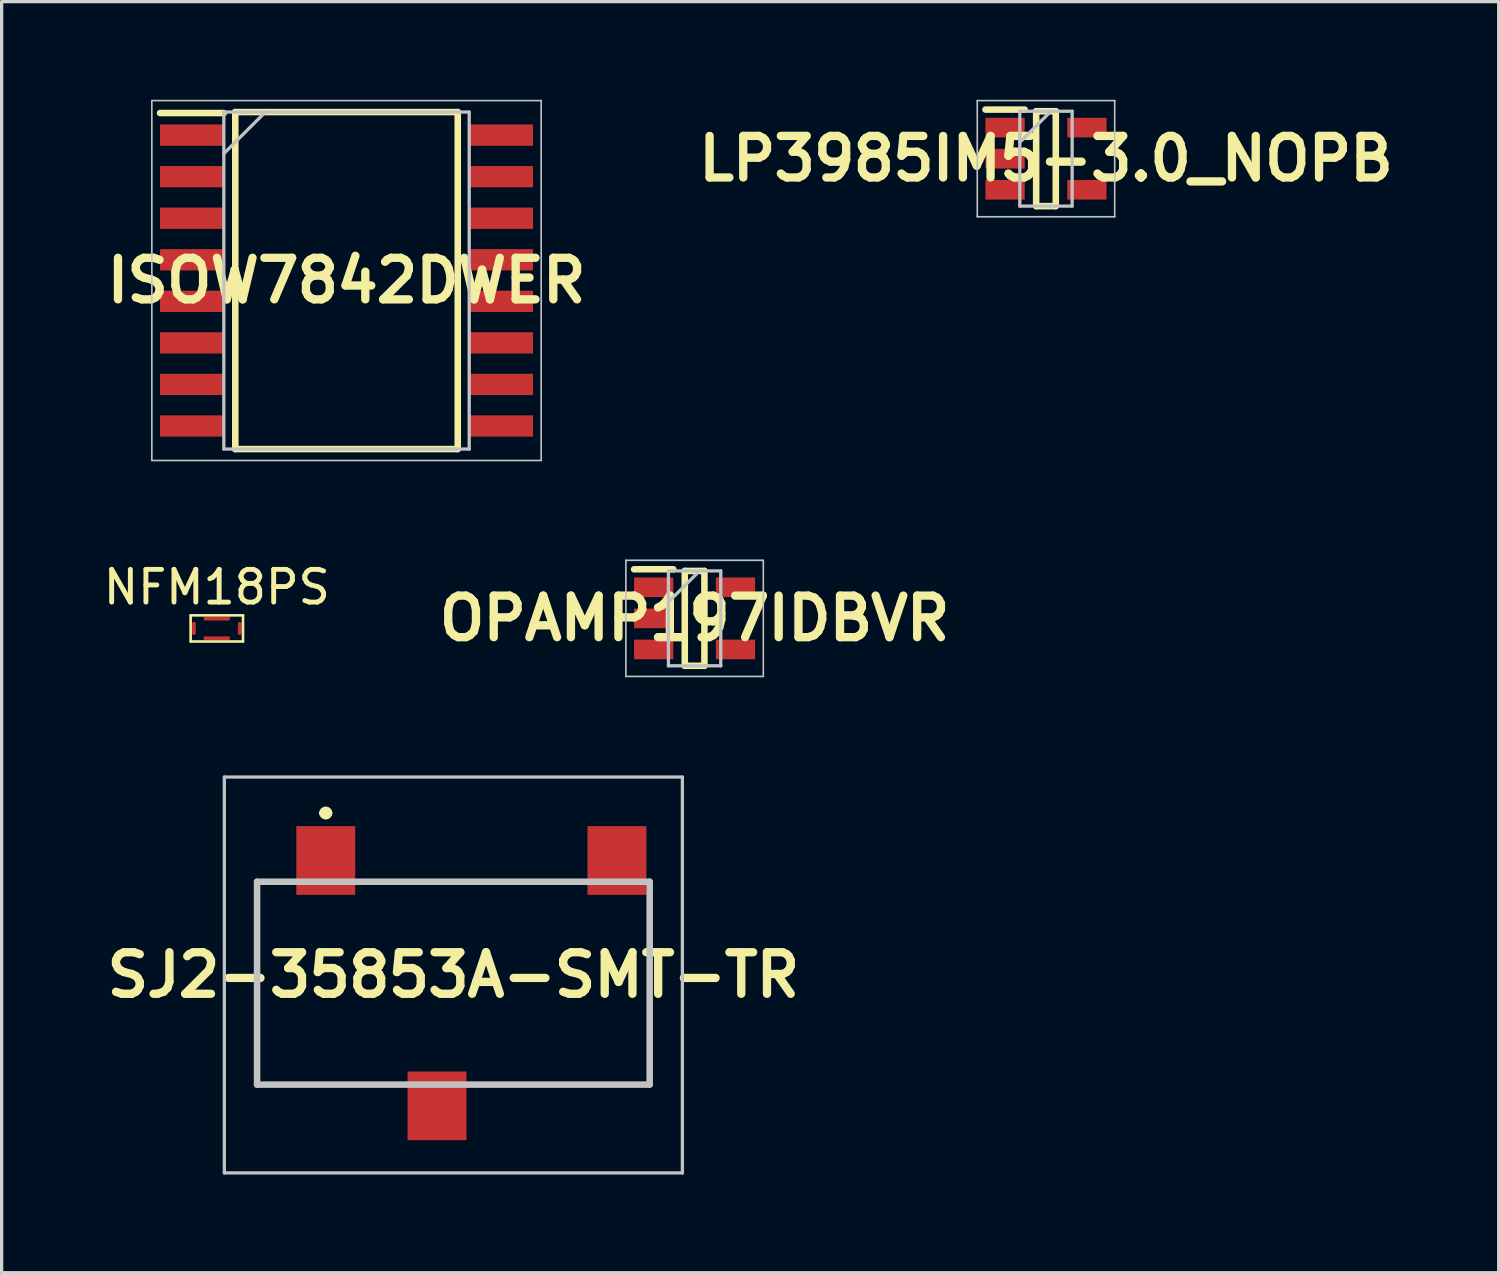
<source format=kicad_pcb>
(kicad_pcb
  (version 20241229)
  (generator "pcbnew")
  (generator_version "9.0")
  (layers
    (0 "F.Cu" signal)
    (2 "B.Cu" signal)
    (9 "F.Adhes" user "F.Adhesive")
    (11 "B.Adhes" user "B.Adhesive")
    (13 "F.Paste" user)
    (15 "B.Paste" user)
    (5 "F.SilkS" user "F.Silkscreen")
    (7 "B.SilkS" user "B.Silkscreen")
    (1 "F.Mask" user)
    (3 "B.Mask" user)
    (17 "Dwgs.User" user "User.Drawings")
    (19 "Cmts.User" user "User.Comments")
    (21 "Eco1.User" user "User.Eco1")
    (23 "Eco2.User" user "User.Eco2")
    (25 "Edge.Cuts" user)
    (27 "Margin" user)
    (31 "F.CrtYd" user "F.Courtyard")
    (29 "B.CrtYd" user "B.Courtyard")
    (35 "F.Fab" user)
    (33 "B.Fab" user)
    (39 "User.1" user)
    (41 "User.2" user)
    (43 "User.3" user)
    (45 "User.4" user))
  (footprint "OPAMP197IDBVR"
    (layer "F.Cu")
    (at 18.18 15.85)
    (property "Reference" "OPAMP197IDBVR" (at 0 0 0) (layer "F.SilkS") (effects (font (size 1.27 1.27) (thickness 0.254))))
    (attr smd)
    (fp_line (start -1.85 -1.5) (end -0.65 -1.5) (stroke (width 0.2) (type solid)) (layer "F.SilkS"))
    (fp_line (start -0.3 -1.45) (end 0.3 -1.45) (stroke (width 0.2) (type solid)) (layer "F.SilkS"))
    (fp_line (start -0.3 1.45) (end -0.3 -1.45) (stroke (width 0.2) (type solid)) (layer "F.SilkS"))
    (fp_line (start 0.3 -1.45) (end 0.3 1.45) (stroke (width 0.2) (type solid)) (layer "F.SilkS"))
    (fp_line (start 0.3 1.45) (end -0.3 1.45) (stroke (width 0.2) (type solid)) (layer "F.SilkS"))
    (fp_line (start -2.1 -1.775) (end 2.1 -1.775) (stroke (width 0.05) (type solid)) (layer "Dwgs.User"))
    (fp_line (start -2.1 1.775) (end -2.1 -1.775) (stroke (width 0.05) (type solid)) (layer "Dwgs.User"))
    (fp_line (start -0.8 -1.45) (end 0.8 -1.45) (stroke (width 0.1) (type solid)) (layer "Dwgs.User"))
    (fp_line (start -0.8 -0.5) (end 0.15 -1.45) (stroke (width 0.1) (type solid)) (layer "Dwgs.User"))
    (fp_line (start -0.8 1.45) (end -0.8 -1.45) (stroke (width 0.1) (type solid)) (layer "Dwgs.User"))
    (fp_line (start 0.8 -1.45) (end 0.8 1.45) (stroke (width 0.1) (type solid)) (layer "Dwgs.User"))
    (fp_line (start 0.8 1.45) (end -0.8 1.45) (stroke (width 0.1) (type solid)) (layer "Dwgs.User"))
    (fp_line (start 2.1 -1.775) (end 2.1 1.775) (stroke (width 0.05) (type solid)) (layer "Dwgs.User"))
    (fp_line (start 2.1 1.775) (end -2.1 1.775) (stroke (width 0.05) (type solid)) (layer "Dwgs.User"))
    (pad "1" smd rect (at -1.25 -0.95 90) (size 0.6 1.2) (layers "F.Cu" "F.Paste"))
    (pad "2" smd rect (at -1.25 0 90) (size 0.6 1.2) (layers "F.Cu" "F.Paste"))
    (pad "3" smd rect (at -1.25 0.95 90) (size 0.6 1.2) (layers "F.Cu" "F.Paste"))
    (pad "4" smd rect (at 1.25 0.95 90) (size 0.6 1.2) (layers "F.Cu" "F.Paste"))
    (pad "5" smd rect (at 1.25 -0.95 90) (size 0.6 1.2) (layers "F.Cu" "F.Paste")))
  (footprint "NFM18PS"
    (layer "F.Cu")
    (at 3.577 16.158)
    (property "Reference" "NFM18PS" (at 0 -1.26 0) (layer "F.SilkS") (effects (font (size 1 1) (thickness 0.15))))
    (attr through_hole)
    (fp_line (start -0.8 -0.4) (end 0.8 -0.4) (stroke (width 0.08) (type solid)) (layer "F.SilkS"))
    (fp_line (start -0.8 0.4) (end -0.8 -0.4) (stroke (width 0.08) (type solid)) (layer "F.SilkS"))
    (fp_line (start -0.8 0.4) (end 0.8 0.4) (stroke (width 0.08) (type solid)) (layer "F.SilkS"))
    (fp_line (start 0.8 0.4) (end 0.8 -0.4) (stroke (width 0.08) (type solid)) (layer "F.SilkS"))
    (pad "1" smd roundrect (at 0 0.3) (size 0.8 0.115) (layers "F.Cu" "F.Mask" "F.Paste") (roundrect_rratio 0.25))
    (pad "2" smd roundrect (at 0 -0.3) (size 0.8 0.115) (layers "F.Cu" "F.Mask" "F.Paste") (roundrect_rratio 0.25))
    (pad "3" smd oval (at 0.7 0 90) (size 0.4 0.115) (layers "F.Cu" "F.Mask" "F.Paste"))
    (pad "4" smd oval (at -0.7 0 90) (size 0.4 0.115) (layers "F.Cu" "F.Mask" "F.Paste")))
  (footprint "SJ2-35853A-SMT-TR"
    (layer "F.Cu")
    (at 10.807 26.75)
    (property "Reference" "SJ2-35853A-SMT-TR" (at 0 0 0) (layer "F.SilkS") (effects (font (size 1.27 1.27) (thickness 0.254))))
    (attr through_hole)
    (fp_line (start -6 -2.85) (end -6 3.35) (stroke (width 0.1) (type solid)) (layer "F.SilkS"))
    (fp_line (start -6 3.35) (end -2 3.35) (stroke (width 0.1) (type solid)) (layer "F.SilkS"))
    (fp_line (start -5.3 -2.85) (end -6 -2.85) (stroke (width 0.1) (type solid)) (layer "F.SilkS"))
    (fp_line (start -4 -4.95) (end -4 -4.95) (stroke (width 0.2) (type solid)) (layer "F.SilkS"))
    (fp_line (start -3.8 -4.95) (end -3.8 -4.95) (stroke (width 0.2) (type solid)) (layer "F.SilkS"))
    (fp_line (start -2.5 -2.85) (end 3.5 -2.85) (stroke (width 0.1) (type solid)) (layer "F.SilkS"))
    (fp_line (start 1 3.35) (end 5.89 3.34) (stroke (width 0.1) (type solid)) (layer "F.SilkS"))
    (fp_line (start 6 -1.75) (end 6 3.17) (stroke (width 0.1) (type solid)) (layer "F.SilkS"))
    (fp_arc (start -4 -4.95) (mid -3.9 -5.05) (end -3.8 -4.95) (stroke (width 0.2) (type solid)) (layer "F.SilkS"))
    (fp_arc (start -3.8 -4.95) (mid -3.9 -4.85) (end -4 -4.95) (stroke (width 0.2) (type solid)) (layer "F.SilkS"))
    (fp_line (start -7 -6.05) (end 7 -6.05) (stroke (width 0.1) (type solid)) (layer "Dwgs.User"))
    (fp_line (start -7 6.05) (end -7 -6.05) (stroke (width 0.1) (type solid)) (layer "Dwgs.User"))
    (fp_line (start -6 -2.85) (end 6 -2.85) (stroke (width 0.2) (type solid)) (layer "Dwgs.User"))
    (fp_line (start -6 3.35) (end -6 -2.85) (stroke (width 0.2) (type solid)) (layer "Dwgs.User"))
    (fp_line (start 6 -2.85) (end 6 3.35) (stroke (width 0.2) (type solid)) (layer "Dwgs.User"))
    (fp_line (start 6 3.35) (end -6 3.35) (stroke (width 0.2) (type solid)) (layer "Dwgs.User"))
    (fp_line (start 7 -6.05) (end 7 6.05) (stroke (width 0.1) (type solid)) (layer "Dwgs.User"))
    (fp_line (start 7 6.05) (end -7 6.05) (stroke (width 0.1) (type solid)) (layer "Dwgs.User"))
    (pad "" np_thru_hole circle (at 4.5 0.25) (size 0.001 0.001) (drill 1.4) (layers "*.Cu" "*.Mask"))
    (pad "1" smd rect (at -3.9 -3.5) (size 1.8 2.1) (layers "F.Cu" "F.Paste"))
    (pad "2" smd rect (at 5 -3.5) (size 1.8 2.1) (layers "F.Cu" "F.Paste"))
    (pad "3" smd rect (at -0.5 4) (size 1.8 2.1) (layers "F.Cu" "F.Paste")))
  (footprint "LP3985IM5-3.0_NOPB"
    (layer "F.Cu")
    (at 28.92 1.8)
    (property "Reference" "LP3985IM5-3.0_NOPB" (at 0 0 0) (layer "F.SilkS") (effects (font (size 1.27 1.27) (thickness 0.254))))
    (attr smd)
    (fp_line (start -1.85 -1.5) (end -0.65 -1.5) (stroke (width 0.2) (type solid)) (layer "F.SilkS"))
    (fp_line (start -0.3 -1.45) (end 0.3 -1.45) (stroke (width 0.2) (type solid)) (layer "F.SilkS"))
    (fp_line (start -0.3 1.45) (end -0.3 -1.45) (stroke (width 0.2) (type solid)) (layer "F.SilkS"))
    (fp_line (start 0.3 -1.45) (end 0.3 1.45) (stroke (width 0.2) (type solid)) (layer "F.SilkS"))
    (fp_line (start 0.3 1.45) (end -0.3 1.45) (stroke (width 0.2) (type solid)) (layer "F.SilkS"))
    (fp_line (start -2.1 -1.775) (end 2.1 -1.775) (stroke (width 0.05) (type solid)) (layer "Dwgs.User"))
    (fp_line (start -2.1 1.775) (end -2.1 -1.775) (stroke (width 0.05) (type solid)) (layer "Dwgs.User"))
    (fp_line (start -0.8 -1.45) (end 0.8 -1.45) (stroke (width 0.1) (type solid)) (layer "Dwgs.User"))
    (fp_line (start -0.8 -0.5) (end 0.15 -1.45) (stroke (width 0.1) (type solid)) (layer "Dwgs.User"))
    (fp_line (start -0.8 1.45) (end -0.8 -1.45) (stroke (width 0.1) (type solid)) (layer "Dwgs.User"))
    (fp_line (start 0.8 -1.45) (end 0.8 1.45) (stroke (width 0.1) (type solid)) (layer "Dwgs.User"))
    (fp_line (start 0.8 1.45) (end -0.8 1.45) (stroke (width 0.1) (type solid)) (layer "Dwgs.User"))
    (fp_line (start 2.1 -1.775) (end 2.1 1.775) (stroke (width 0.05) (type solid)) (layer "Dwgs.User"))
    (fp_line (start 2.1 1.775) (end -2.1 1.775) (stroke (width 0.05) (type solid)) (layer "Dwgs.User"))
    (pad "1" smd rect (at -1.25 -0.95 90) (size 0.6 1.2) (layers "F.Cu" "F.Paste"))
    (pad "2" smd rect (at -1.25 0 90) (size 0.6 1.2) (layers "F.Cu" "F.Paste"))
    (pad "3" smd rect (at -1.25 0.95 90) (size 0.6 1.2) (layers "F.Cu" "F.Paste"))
    (pad "4" smd rect (at 1.25 0.95 90) (size 0.6 1.2) (layers "F.Cu" "F.Paste"))
    (pad "5" smd rect (at 1.25 -0.95 90) (size 0.6 1.2) (layers "F.Cu" "F.Paste")))
  (footprint "ISOW7842DWER"
    (layer "F.Cu")
    (at 7.541 5.525)
    (property "Reference" "ISOW7842DWER" (at 0 0 0) (layer "F.SilkS") (effects (font (size 1.27 1.27) (thickness 0.254))))
    (attr smd)
    (fp_line (start -5.7 -5.12) (end -3.75 -5.12) (stroke (width 0.2) (type solid)) (layer "F.SilkS"))
    (fp_line (start -3.4 -5.15) (end 3.4 -5.15) (stroke (width 0.2) (type solid)) (layer "F.SilkS"))
    (fp_line (start -3.4 5.15) (end -3.4 -5.15) (stroke (width 0.2) (type solid)) (layer "F.SilkS"))
    (fp_line (start 3.4 -5.15) (end 3.4 5.15) (stroke (width 0.2) (type solid)) (layer "F.SilkS"))
    (fp_line (start 3.4 5.15) (end -3.4 5.15) (stroke (width 0.2) (type solid)) (layer "F.SilkS"))
    (fp_line (start -5.95 -5.5) (end 5.95 -5.5) (stroke (width 0.05) (type solid)) (layer "Dwgs.User"))
    (fp_line (start -5.95 5.5) (end -5.95 -5.5) (stroke (width 0.05) (type solid)) (layer "Dwgs.User"))
    (fp_line (start -3.75 -5.15) (end 3.75 -5.15) (stroke (width 0.1) (type solid)) (layer "Dwgs.User"))
    (fp_line (start -3.75 -3.88) (end -2.48 -5.15) (stroke (width 0.1) (type solid)) (layer "Dwgs.User"))
    (fp_line (start -3.75 5.15) (end -3.75 -5.15) (stroke (width 0.1) (type solid)) (layer "Dwgs.User"))
    (fp_line (start 3.75 -5.15) (end 3.75 5.15) (stroke (width 0.1) (type solid)) (layer "Dwgs.User"))
    (fp_line (start 3.75 5.15) (end -3.75 5.15) (stroke (width 0.1) (type solid)) (layer "Dwgs.User"))
    (fp_line (start 5.95 -5.5) (end 5.95 5.5) (stroke (width 0.05) (type solid)) (layer "Dwgs.User"))
    (fp_line (start 5.95 5.5) (end -5.95 5.5) (stroke (width 0.05) (type solid)) (layer "Dwgs.User"))
    (pad "1" smd rect (at -4.725 -4.445 90) (size 0.65 1.95) (layers "F.Cu" "F.Paste"))
    (pad "2" smd rect (at -4.725 -3.175 90) (size 0.65 1.95) (layers "F.Cu" "F.Paste"))
    (pad "3" smd rect (at -4.725 -1.905 90) (size 0.65 1.95) (layers "F.Cu" "F.Paste"))
    (pad "4" smd rect (at -4.725 -0.635 90) (size 0.65 1.95) (layers "F.Cu" "F.Paste"))
    (pad "5" smd rect (at -4.725 0.635 90) (size 0.65 1.95) (layers "F.Cu" "F.Paste"))
    (pad "6" smd rect (at -4.725 1.905 90) (size 0.65 1.95) (layers "F.Cu" "F.Paste"))
    (pad "7" smd rect (at -4.725 3.175 90) (size 0.65 1.95) (layers "F.Cu" "F.Paste"))
    (pad "8" smd rect (at -4.725 4.445 90) (size 0.65 1.95) (layers "F.Cu" "F.Paste"))
    (pad "9" smd rect (at 4.725 4.445 90) (size 0.65 1.95) (layers "F.Cu" "F.Paste"))
    (pad "10" smd rect (at 4.725 3.175 90) (size 0.65 1.95) (layers "F.Cu" "F.Paste"))
    (pad "11" smd rect (at 4.725 1.905 90) (size 0.65 1.95) (layers "F.Cu" "F.Paste"))
    (pad "12" smd rect (at 4.725 0.635 90) (size 0.65 1.95) (layers "F.Cu" "F.Paste"))
    (pad "13" smd rect (at 4.725 -0.635 90) (size 0.65 1.95) (layers "F.Cu" "F.Paste"))
    (pad "14" smd rect (at 4.725 -1.905 90) (size 0.65 1.95) (layers "F.Cu" "F.Paste"))
    (pad "15" smd rect (at 4.725 -3.175 90) (size 0.65 1.95) (layers "F.Cu" "F.Paste"))
    (pad "16" smd rect (at 4.725 -4.445 90) (size 0.65 1.95) (layers "F.Cu" "F.Paste")))
  (gr_rect
    (start -3 -3)
    (end 42.757 35.85)
    (stroke (width 0.1) (type default))
    (fill no)
    (layer "Edge.Cuts")))
</source>
